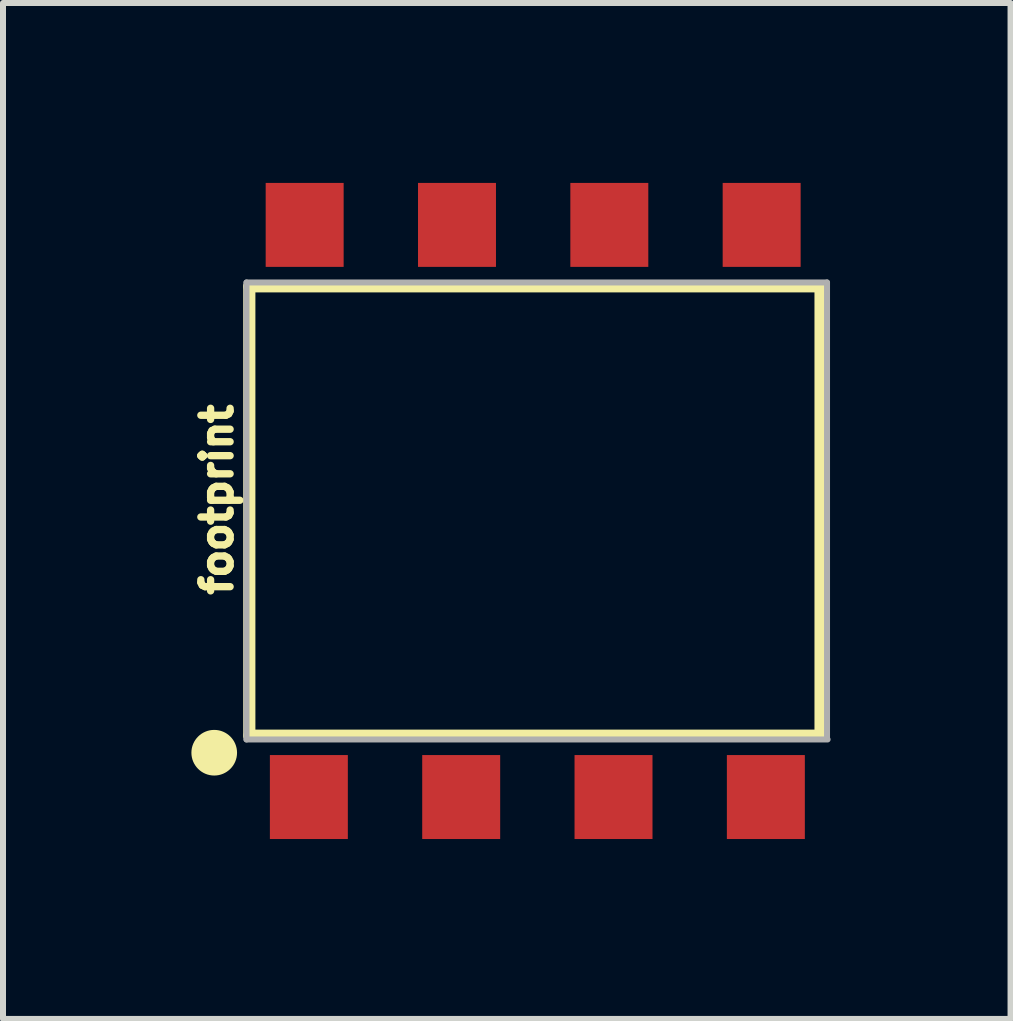
<source format=kicad_pcb>
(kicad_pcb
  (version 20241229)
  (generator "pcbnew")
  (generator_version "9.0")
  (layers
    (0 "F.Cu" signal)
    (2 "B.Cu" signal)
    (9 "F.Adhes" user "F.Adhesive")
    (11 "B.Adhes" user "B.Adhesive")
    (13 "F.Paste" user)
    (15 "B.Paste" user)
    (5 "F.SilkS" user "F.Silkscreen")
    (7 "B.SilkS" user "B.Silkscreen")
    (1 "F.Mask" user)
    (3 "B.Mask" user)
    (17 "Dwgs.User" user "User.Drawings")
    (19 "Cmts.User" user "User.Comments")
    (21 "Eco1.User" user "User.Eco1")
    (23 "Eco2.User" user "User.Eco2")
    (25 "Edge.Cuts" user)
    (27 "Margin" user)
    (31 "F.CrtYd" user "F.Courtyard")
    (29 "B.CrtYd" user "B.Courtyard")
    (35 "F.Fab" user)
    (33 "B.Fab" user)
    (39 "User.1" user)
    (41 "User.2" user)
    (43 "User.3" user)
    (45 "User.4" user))
  (footprint "footprint"
    (layer "F.Cu")
    (at 6.06 5.28)
    (property "Reference" "footprint" (at -5.207 0 90) (layer "F.SilkS") (effects (font (size 0.488 0.488) (thickness 0.122)) (justify bottom)))
    (fp_line (start -4.953 -3.556) (end 4.572 -3.556) (stroke (width 0.203) (type solid)) (layer "F.SilkS"))
    (fp_line (start -4.953 3.937) (end -4.953 -3.556) (stroke (width 0.203) (type solid)) (layer "F.SilkS"))
    (fp_line (start 4.572 -3.556) (end 4.572 3.937) (stroke (width 0.203) (type solid)) (layer "F.SilkS"))
    (fp_line (start 4.572 3.937) (end -4.953 3.937) (stroke (width 0.203) (type solid)) (layer "F.SilkS"))
    (fp_circle (center -5.538 4.221) (end -5.348 4.221) (stroke (width 0.381) (type solid)) (fill yes) (layer "F.SilkS"))
    (fp_line (start -5 -3.62) (end 4.68 -3.62) (stroke (width 0.1) (type solid)) (layer "F.Fab"))
    (fp_line (start -5 4) (end -5 -3.62) (stroke (width 0.1) (type solid)) (layer "F.Fab"))
    (fp_line (start -5 4) (end 4.69 4) (stroke (width 0.1) (type solid)) (layer "F.Fab"))
    (fp_line (start 4.68 -3.62) (end 4.68 3.98) (stroke (width 0.1) (type solid)) (layer "F.Fab"))
    (pad "1" smd rect (at -3.96 4.96) (size 1.3 1.4) (layers "F.Cu" "F.Mask" "F.Paste"))
    (pad "2" smd rect (at -1.42 4.96) (size 1.3 1.4) (layers "F.Cu" "F.Mask" "F.Paste"))
    (pad "3" smd rect (at 1.12 4.96) (size 1.3 1.4) (layers "F.Cu" "F.Mask" "F.Paste"))
    (pad "4" smd rect (at 3.66 4.96) (size 1.3 1.4) (layers "F.Cu" "F.Mask" "F.Paste"))
    (pad "5" smd rect (at 3.59 -4.58) (size 1.3 1.4) (layers "F.Cu" "F.Mask" "F.Paste"))
    (pad "6" smd rect (at 1.05 -4.58) (size 1.3 1.4) (layers "F.Cu" "F.Mask" "F.Paste"))
    (pad "7" smd rect (at -1.49 -4.58) (size 1.3 1.4) (layers "F.Cu" "F.Mask" "F.Paste"))
    (pad "8" smd rect (at -4.03 -4.58) (size 1.3 1.4) (layers "F.Cu" "F.Mask" "F.Paste")))
  (gr_rect
    (start -3 -3)
    (end 13.8 13.94)
    (stroke (width 0.1) (type default))
    (fill no)
    (layer "Edge.Cuts")))
</source>
